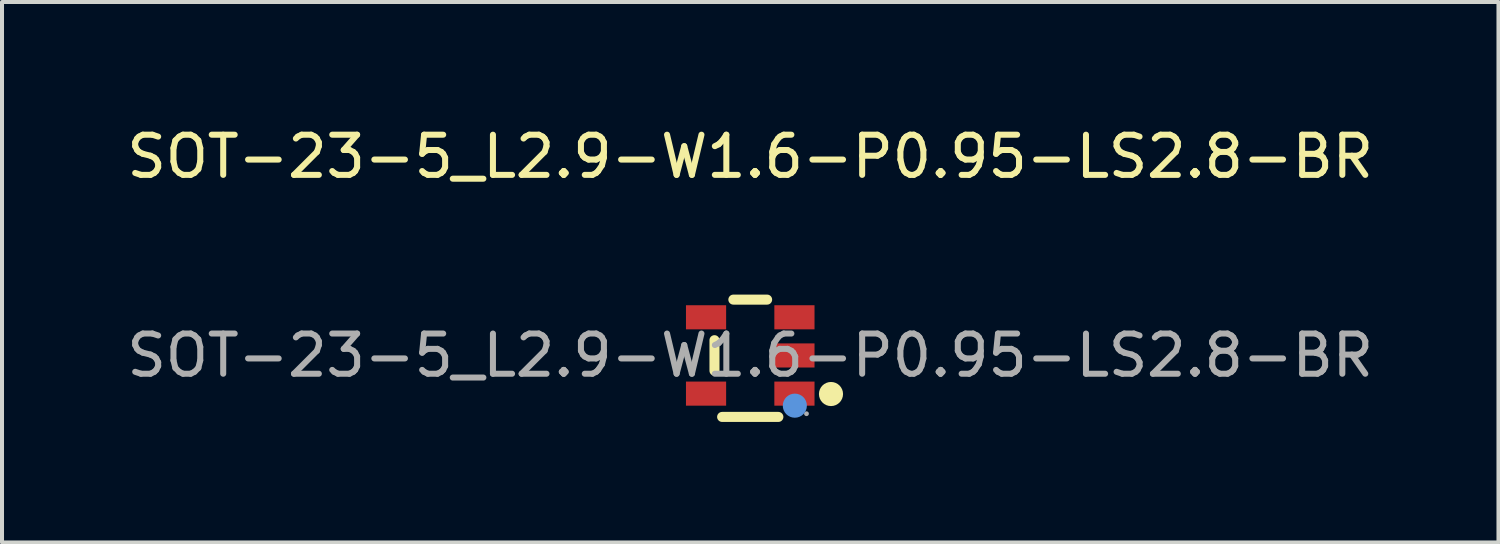
<source format=kicad_pcb>
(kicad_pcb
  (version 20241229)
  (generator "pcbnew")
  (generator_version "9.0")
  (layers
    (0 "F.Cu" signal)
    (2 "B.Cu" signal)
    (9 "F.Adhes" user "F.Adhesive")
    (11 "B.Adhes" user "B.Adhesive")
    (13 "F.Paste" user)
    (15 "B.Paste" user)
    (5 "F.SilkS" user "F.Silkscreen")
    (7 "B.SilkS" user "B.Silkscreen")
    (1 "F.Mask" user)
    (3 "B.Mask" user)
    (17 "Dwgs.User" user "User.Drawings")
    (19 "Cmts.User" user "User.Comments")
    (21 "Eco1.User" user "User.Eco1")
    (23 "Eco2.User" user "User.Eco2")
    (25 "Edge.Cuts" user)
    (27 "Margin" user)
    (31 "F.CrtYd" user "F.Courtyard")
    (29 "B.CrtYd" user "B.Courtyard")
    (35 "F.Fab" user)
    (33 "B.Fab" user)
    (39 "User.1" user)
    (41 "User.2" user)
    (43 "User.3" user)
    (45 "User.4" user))
  (footprint "SOT-23-5_L2.9-W1.6-P0.95-LS2.8-BR"
    (layer "F.Cu")
    (at 15.625 5.798)
    (property "Reference" "SOT-23-5_L2.9-W1.6-P0.95-LS2.8-BR" (at 0 -4.95 0) (layer "F.SilkS") (effects (font (size 1 1) (thickness 0.15))))
    (attr through_hole)
    (fp_line (start -0.89 0.38) (end -0.89 -0.38) (stroke (width 0.25) (type solid)) (layer "F.SilkS"))
    (fp_line (start -0.7 1.53) (end 0.7 1.53) (stroke (width 0.25) (type solid)) (layer "F.SilkS"))
    (fp_line (start -0.42 -1.39) (end 0.42 -1.39) (stroke (width 0.25) (type solid)) (layer "F.SilkS"))
    (fp_circle (center 2.01 0.96) (end 2.16 0.96) (stroke (width 0.3) (type solid)) (fill no) (layer "F.SilkS"))
    (fp_circle (center 1.11 1.25) (end 1.26 1.25) (stroke (width 0.3) (type solid)) (fill no) (layer "Cmts.User"))
    (fp_circle (center 1.4 1.45) (end 1.43 1.45) (stroke (width 0.06) (type solid)) (fill no) (layer "F.Fab"))
    (fp_text user "${REFERENCE}" (at 0 0 0) (layer "F.Fab") (effects (font (size 1 1) (thickness 0.15))))
    (pad "1" smd rect (at 1.1 0.95 90) (size 0.6 1) (layers "F.Cu" "F.Mask" "F.Paste"))
    (pad "2" smd rect (at 1.1 0 90) (size 0.6 1) (layers "F.Cu" "F.Mask" "F.Paste"))
    (pad "3" smd rect (at 1.1 -0.95 90) (size 0.6 1) (layers "F.Cu" "F.Mask" "F.Paste"))
    (pad "4" smd rect (at -1.1 -0.95 90) (size 0.6 1) (layers "F.Cu" "F.Mask" "F.Paste"))
    (pad "5" smd rect (at -1.1 0.95 90) (size 0.6 1) (layers "F.Cu" "F.Mask" "F.Paste")))
  (gr_rect
    (start -3 -3)
    (end 34.25 10.453)
    (stroke (width 0.1) (type default))
    (fill no)
    (layer "Edge.Cuts")))
</source>
